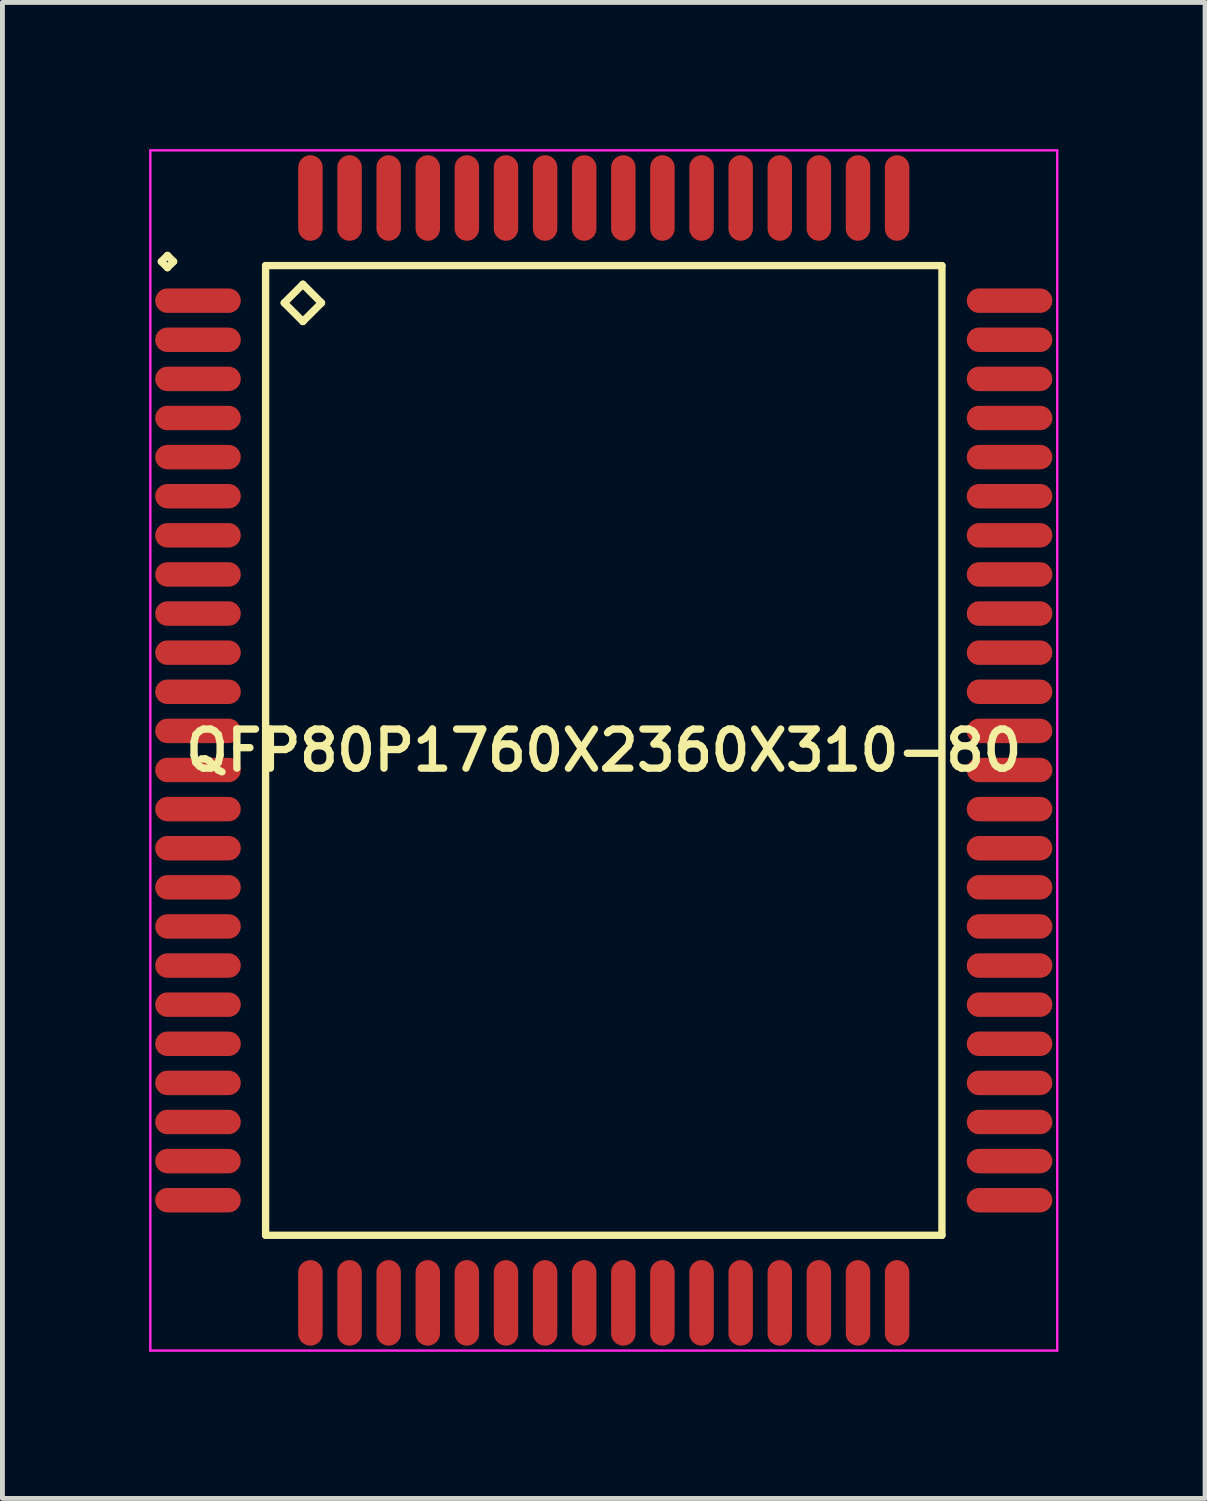
<source format=kicad_pcb>
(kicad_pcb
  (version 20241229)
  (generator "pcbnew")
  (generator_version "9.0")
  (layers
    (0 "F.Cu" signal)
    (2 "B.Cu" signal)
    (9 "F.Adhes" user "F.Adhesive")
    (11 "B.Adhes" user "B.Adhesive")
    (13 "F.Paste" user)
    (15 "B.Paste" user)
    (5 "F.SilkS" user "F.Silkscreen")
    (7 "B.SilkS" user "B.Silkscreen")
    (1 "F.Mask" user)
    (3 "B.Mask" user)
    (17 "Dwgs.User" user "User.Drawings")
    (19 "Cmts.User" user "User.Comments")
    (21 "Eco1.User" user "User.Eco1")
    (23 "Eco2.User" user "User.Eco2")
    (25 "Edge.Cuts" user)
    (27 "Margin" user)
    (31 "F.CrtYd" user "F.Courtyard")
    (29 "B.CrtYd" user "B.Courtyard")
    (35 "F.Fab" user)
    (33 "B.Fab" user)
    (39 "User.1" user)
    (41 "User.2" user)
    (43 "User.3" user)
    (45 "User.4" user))
  (footprint "QFP80P1760X2360X310-80"
    (layer "F.Cu")
    (at 9.3 12.3)
    (property "Reference" "QFP80P1760X2360X310-80" (at 0 0 0) (layer "F.SilkS") (effects (font (size 0.8 0.8) (thickness 0.15))))
    (attr smd)
    (fp_line (start -9.05 -10) (end -8.925 -10.125) (stroke (width 0.15) (type solid)) (layer "F.SilkS"))
    (fp_line (start -8.925 -10.125) (end -8.8 -10) (stroke (width 0.15) (type solid)) (layer "F.SilkS"))
    (fp_line (start -8.925 -9.875) (end -9.05 -10) (stroke (width 0.15) (type solid)) (layer "F.SilkS"))
    (fp_line (start -8.8 -10) (end -8.925 -9.875) (stroke (width 0.15) (type solid)) (layer "F.SilkS"))
    (fp_line (start -6.917 -9.917) (end -6.917 9.917) (stroke (width 0.15) (type solid)) (layer "F.SilkS"))
    (fp_line (start -6.917 9.917) (end 6.917 9.917) (stroke (width 0.15) (type solid)) (layer "F.SilkS"))
    (fp_line (start -6.536 -9.155) (end -6.155 -9.536) (stroke (width 0.15) (type solid)) (layer "F.SilkS"))
    (fp_line (start -6.155 -9.536) (end -5.774 -9.155) (stroke (width 0.15) (type solid)) (layer "F.SilkS"))
    (fp_line (start -6.155 -8.774) (end -6.536 -9.155) (stroke (width 0.15) (type solid)) (layer "F.SilkS"))
    (fp_line (start -5.774 -9.155) (end -6.155 -8.774) (stroke (width 0.15) (type solid)) (layer "F.SilkS"))
    (fp_line (start 6.917 -9.917) (end -6.917 -9.917) (stroke (width 0.15) (type solid)) (layer "F.SilkS"))
    (fp_line (start 6.917 9.917) (end 6.917 -9.917) (stroke (width 0.15) (type solid)) (layer "F.SilkS"))
    (fp_line (start -9.275 -12.275) (end 9.275 -12.275) (stroke (width 0.05) (type solid)) (layer "F.CrtYd"))
    (fp_line (start -9.275 12.275) (end -9.275 -12.275) (stroke (width 0.05) (type solid)) (layer "F.CrtYd"))
    (fp_line (start 9.275 -12.275) (end 9.275 12.275) (stroke (width 0.05) (type solid)) (layer "F.CrtYd"))
    (fp_line (start 9.275 12.275) (end -9.275 12.275) (stroke (width 0.05) (type solid)) (layer "F.CrtYd"))
    (pad "1" smd oval (at -8.3 -9.2) (size 1.75 0.5) (layers "F.Cu" "F.Mask" "F.Paste"))
    (pad "2" smd oval (at -8.3 -8.4) (size 1.75 0.5) (layers "F.Cu" "F.Mask" "F.Paste"))
    (pad "3" smd oval (at -8.3 -7.6) (size 1.75 0.5) (layers "F.Cu" "F.Mask" "F.Paste"))
    (pad "4" smd oval (at -8.3 -6.8) (size 1.75 0.5) (layers "F.Cu" "F.Mask" "F.Paste"))
    (pad "5" smd oval (at -8.3 -6) (size 1.75 0.5) (layers "F.Cu" "F.Mask" "F.Paste"))
    (pad "6" smd oval (at -8.3 -5.2) (size 1.75 0.5) (layers "F.Cu" "F.Mask" "F.Paste"))
    (pad "7" smd oval (at -8.3 -4.4) (size 1.75 0.5) (layers "F.Cu" "F.Mask" "F.Paste"))
    (pad "8" smd oval (at -8.3 -3.6) (size 1.75 0.5) (layers "F.Cu" "F.Mask" "F.Paste"))
    (pad "9" smd oval (at -8.3 -2.8) (size 1.75 0.5) (layers "F.Cu" "F.Mask" "F.Paste"))
    (pad "10" smd oval (at -8.3 -2) (size 1.75 0.5) (layers "F.Cu" "F.Mask" "F.Paste"))
    (pad "11" smd oval (at -8.3 -1.2) (size 1.75 0.5) (layers "F.Cu" "F.Mask" "F.Paste"))
    (pad "12" smd oval (at -8.3 -0.4) (size 1.75 0.5) (layers "F.Cu" "F.Mask" "F.Paste"))
    (pad "13" smd oval (at -8.3 0.4) (size 1.75 0.5) (layers "F.Cu" "F.Mask" "F.Paste"))
    (pad "14" smd oval (at -8.3 1.2) (size 1.75 0.5) (layers "F.Cu" "F.Mask" "F.Paste"))
    (pad "15" smd oval (at -8.3 2) (size 1.75 0.5) (layers "F.Cu" "F.Mask" "F.Paste"))
    (pad "16" smd oval (at -8.3 2.8) (size 1.75 0.5) (layers "F.Cu" "F.Mask" "F.Paste"))
    (pad "17" smd oval (at -8.3 3.6) (size 1.75 0.5) (layers "F.Cu" "F.Mask" "F.Paste"))
    (pad "18" smd oval (at -8.3 4.4) (size 1.75 0.5) (layers "F.Cu" "F.Mask" "F.Paste"))
    (pad "19" smd oval (at -8.3 5.2) (size 1.75 0.5) (layers "F.Cu" "F.Mask" "F.Paste"))
    (pad "20" smd oval (at -8.3 6) (size 1.75 0.5) (layers "F.Cu" "F.Mask" "F.Paste"))
    (pad "21" smd oval (at -8.3 6.8) (size 1.75 0.5) (layers "F.Cu" "F.Mask" "F.Paste"))
    (pad "22" smd oval (at -8.3 7.6) (size 1.75 0.5) (layers "F.Cu" "F.Mask" "F.Paste"))
    (pad "23" smd oval (at -8.3 8.4) (size 1.75 0.5) (layers "F.Cu" "F.Mask" "F.Paste"))
    (pad "24" smd oval (at -8.3 9.2) (size 1.75 0.5) (layers "F.Cu" "F.Mask" "F.Paste"))
    (pad "25" smd oval (at -6 11.3) (size 0.5 1.75) (layers "F.Cu" "F.Mask" "F.Paste"))
    (pad "26" smd oval (at -5.2 11.3) (size 0.5 1.75) (layers "F.Cu" "F.Mask" "F.Paste"))
    (pad "27" smd oval (at -4.4 11.3) (size 0.5 1.75) (layers "F.Cu" "F.Mask" "F.Paste"))
    (pad "28" smd oval (at -3.6 11.3) (size 0.5 1.75) (layers "F.Cu" "F.Mask" "F.Paste"))
    (pad "29" smd oval (at -2.8 11.3) (size 0.5 1.75) (layers "F.Cu" "F.Mask" "F.Paste"))
    (pad "30" smd oval (at -2 11.3) (size 0.5 1.75) (layers "F.Cu" "F.Mask" "F.Paste"))
    (pad "31" smd oval (at -1.2 11.3) (size 0.5 1.75) (layers "F.Cu" "F.Mask" "F.Paste"))
    (pad "32" smd oval (at -0.4 11.3) (size 0.5 1.75) (layers "F.Cu" "F.Mask" "F.Paste"))
    (pad "33" smd oval (at 0.4 11.3) (size 0.5 1.75) (layers "F.Cu" "F.Mask" "F.Paste"))
    (pad "34" smd oval (at 1.2 11.3) (size 0.5 1.75) (layers "F.Cu" "F.Mask" "F.Paste"))
    (pad "35" smd oval (at 2 11.3) (size 0.5 1.75) (layers "F.Cu" "F.Mask" "F.Paste"))
    (pad "36" smd oval (at 2.8 11.3) (size 0.5 1.75) (layers "F.Cu" "F.Mask" "F.Paste"))
    (pad "37" smd oval (at 3.6 11.3) (size 0.5 1.75) (layers "F.Cu" "F.Mask" "F.Paste"))
    (pad "38" smd oval (at 4.4 11.3) (size 0.5 1.75) (layers "F.Cu" "F.Mask" "F.Paste"))
    (pad "39" smd oval (at 5.2 11.3) (size 0.5 1.75) (layers "F.Cu" "F.Mask" "F.Paste"))
    (pad "40" smd oval (at 6 11.3) (size 0.5 1.75) (layers "F.Cu" "F.Mask" "F.Paste"))
    (pad "41" smd oval (at 8.3 9.2) (size 1.75 0.5) (layers "F.Cu" "F.Mask" "F.Paste"))
    (pad "42" smd oval (at 8.3 8.4) (size 1.75 0.5) (layers "F.Cu" "F.Mask" "F.Paste"))
    (pad "43" smd oval (at 8.3 7.6) (size 1.75 0.5) (layers "F.Cu" "F.Mask" "F.Paste"))
    (pad "44" smd oval (at 8.3 6.8) (size 1.75 0.5) (layers "F.Cu" "F.Mask" "F.Paste"))
    (pad "45" smd oval (at 8.3 6) (size 1.75 0.5) (layers "F.Cu" "F.Mask" "F.Paste"))
    (pad "46" smd oval (at 8.3 5.2) (size 1.75 0.5) (layers "F.Cu" "F.Mask" "F.Paste"))
    (pad "47" smd oval (at 8.3 4.4) (size 1.75 0.5) (layers "F.Cu" "F.Mask" "F.Paste"))
    (pad "48" smd oval (at 8.3 3.6) (size 1.75 0.5) (layers "F.Cu" "F.Mask" "F.Paste"))
    (pad "49" smd oval (at 8.3 2.8) (size 1.75 0.5) (layers "F.Cu" "F.Mask" "F.Paste"))
    (pad "50" smd oval (at 8.3 2) (size 1.75 0.5) (layers "F.Cu" "F.Mask" "F.Paste"))
    (pad "51" smd oval (at 8.3 1.2) (size 1.75 0.5) (layers "F.Cu" "F.Mask" "F.Paste"))
    (pad "52" smd oval (at 8.3 0.4) (size 1.75 0.5) (layers "F.Cu" "F.Mask" "F.Paste"))
    (pad "53" smd oval (at 8.3 -0.4) (size 1.75 0.5) (layers "F.Cu" "F.Mask" "F.Paste"))
    (pad "54" smd oval (at 8.3 -1.2) (size 1.75 0.5) (layers "F.Cu" "F.Mask" "F.Paste"))
    (pad "55" smd oval (at 8.3 -2) (size 1.75 0.5) (layers "F.Cu" "F.Mask" "F.Paste"))
    (pad "56" smd oval (at 8.3 -2.8) (size 1.75 0.5) (layers "F.Cu" "F.Mask" "F.Paste"))
    (pad "57" smd oval (at 8.3 -3.6) (size 1.75 0.5) (layers "F.Cu" "F.Mask" "F.Paste"))
    (pad "58" smd oval (at 8.3 -4.4) (size 1.75 0.5) (layers "F.Cu" "F.Mask" "F.Paste"))
    (pad "59" smd oval (at 8.3 -5.2) (size 1.75 0.5) (layers "F.Cu" "F.Mask" "F.Paste"))
    (pad "60" smd oval (at 8.3 -6) (size 1.75 0.5) (layers "F.Cu" "F.Mask" "F.Paste"))
    (pad "61" smd oval (at 8.3 -6.8) (size 1.75 0.5) (layers "F.Cu" "F.Mask" "F.Paste"))
    (pad "62" smd oval (at 8.3 -7.6) (size 1.75 0.5) (layers "F.Cu" "F.Mask" "F.Paste"))
    (pad "63" smd oval (at 8.3 -8.4) (size 1.75 0.5) (layers "F.Cu" "F.Mask" "F.Paste"))
    (pad "64" smd oval (at 8.3 -9.2) (size 1.75 0.5) (layers "F.Cu" "F.Mask" "F.Paste"))
    (pad "65" smd oval (at 6 -11.3) (size 0.5 1.75) (layers "F.Cu" "F.Mask" "F.Paste"))
    (pad "66" smd oval (at 5.2 -11.3) (size 0.5 1.75) (layers "F.Cu" "F.Mask" "F.Paste"))
    (pad "67" smd oval (at 4.4 -11.3) (size 0.5 1.75) (layers "F.Cu" "F.Mask" "F.Paste"))
    (pad "68" smd oval (at 3.6 -11.3) (size 0.5 1.75) (layers "F.Cu" "F.Mask" "F.Paste"))
    (pad "69" smd oval (at 2.8 -11.3) (size 0.5 1.75) (layers "F.Cu" "F.Mask" "F.Paste"))
    (pad "70" smd oval (at 2 -11.3) (size 0.5 1.75) (layers "F.Cu" "F.Mask" "F.Paste"))
    (pad "71" smd oval (at 1.2 -11.3) (size 0.5 1.75) (layers "F.Cu" "F.Mask" "F.Paste"))
    (pad "72" smd oval (at 0.4 -11.3) (size 0.5 1.75) (layers "F.Cu" "F.Mask" "F.Paste"))
    (pad "73" smd oval (at -0.4 -11.3) (size 0.5 1.75) (layers "F.Cu" "F.Mask" "F.Paste"))
    (pad "74" smd oval (at -1.2 -11.3) (size 0.5 1.75) (layers "F.Cu" "F.Mask" "F.Paste"))
    (pad "75" smd oval (at -2 -11.3) (size 0.5 1.75) (layers "F.Cu" "F.Mask" "F.Paste"))
    (pad "76" smd oval (at -2.8 -11.3) (size 0.5 1.75) (layers "F.Cu" "F.Mask" "F.Paste"))
    (pad "77" smd oval (at -3.6 -11.3) (size 0.5 1.75) (layers "F.Cu" "F.Mask" "F.Paste"))
    (pad "78" smd oval (at -4.4 -11.3) (size 0.5 1.75) (layers "F.Cu" "F.Mask" "F.Paste"))
    (pad "79" smd oval (at -5.2 -11.3) (size 0.5 1.75) (layers "F.Cu" "F.Mask" "F.Paste"))
    (pad "80" smd oval (at -6 -11.3) (size 0.5 1.75) (layers "F.Cu" "F.Mask" "F.Paste")))
  (gr_rect
    (start -3 -3)
    (end 21.6 27.6)
    (stroke (width 0.1) (type default))
    (fill no)
    (layer "Edge.Cuts")))
</source>
